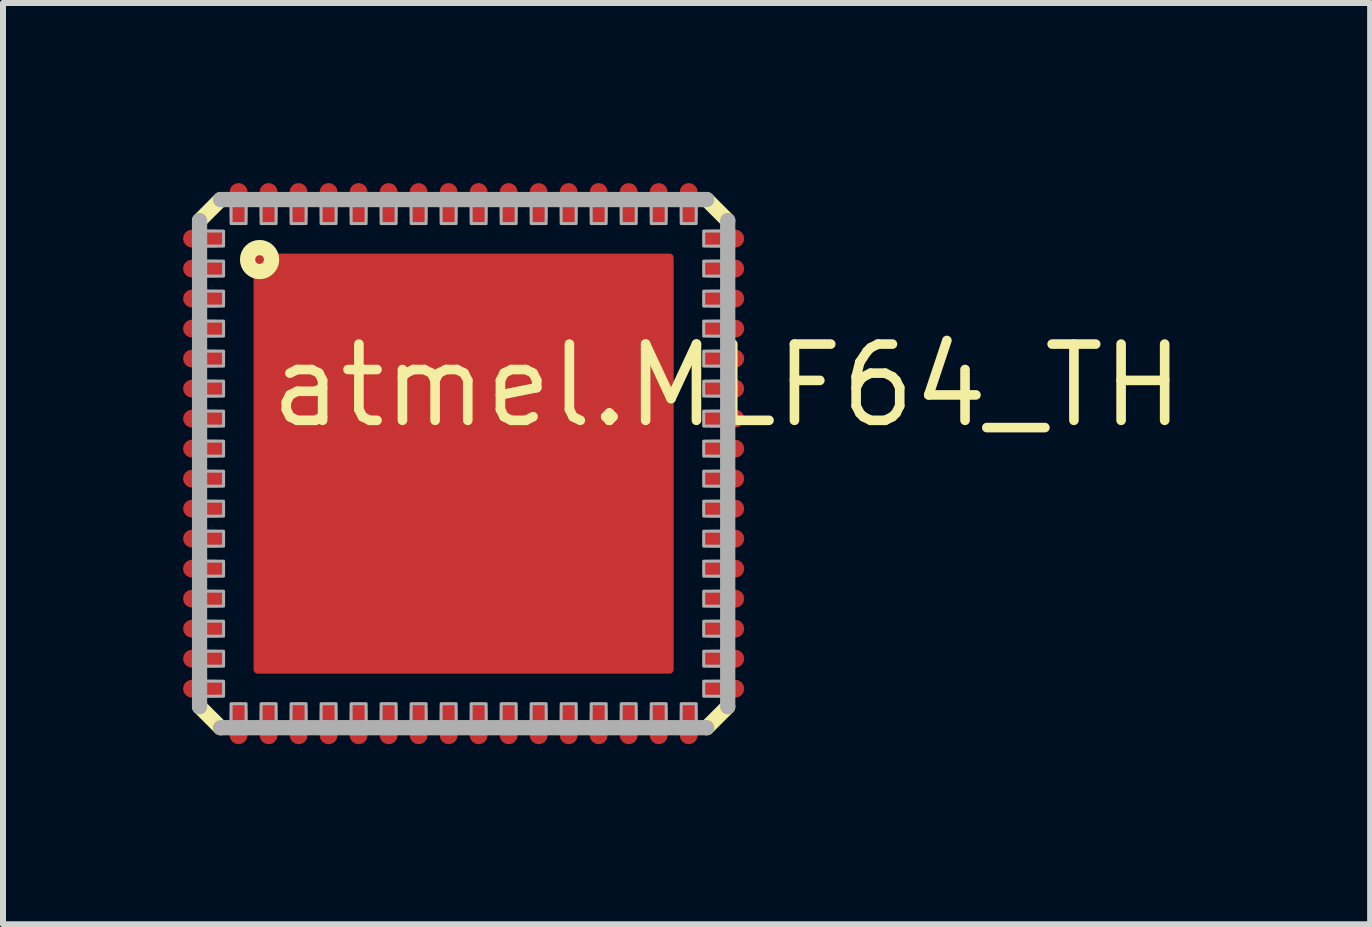
<source format=kicad_pcb>
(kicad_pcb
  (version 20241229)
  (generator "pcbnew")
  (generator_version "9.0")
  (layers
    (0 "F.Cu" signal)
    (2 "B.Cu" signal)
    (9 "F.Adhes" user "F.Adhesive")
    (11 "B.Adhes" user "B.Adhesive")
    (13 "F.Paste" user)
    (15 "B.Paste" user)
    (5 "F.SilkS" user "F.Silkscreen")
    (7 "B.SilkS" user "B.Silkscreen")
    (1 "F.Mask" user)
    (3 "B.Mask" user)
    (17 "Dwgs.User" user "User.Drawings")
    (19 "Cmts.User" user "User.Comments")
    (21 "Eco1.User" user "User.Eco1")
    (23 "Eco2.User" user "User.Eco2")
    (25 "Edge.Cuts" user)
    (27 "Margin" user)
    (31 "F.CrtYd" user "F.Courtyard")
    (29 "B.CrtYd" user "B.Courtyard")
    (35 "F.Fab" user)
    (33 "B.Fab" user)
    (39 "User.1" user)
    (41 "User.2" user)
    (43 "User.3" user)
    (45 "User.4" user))
  (footprint "atmel.MLF64_TH"
    (layer "F.Cu")
    (at 4.675 4.675)
    (property "Reference" "atmel.MLF64_TH" (at -3.302 -0.558 0) (layer "F.SilkS") (effects (font (size 1.27 1.27) (thickness 0.16)) (justify left bottom)))
    (attr smd)
    (fp_line (start -4.4 -4.05) (end -4.05 -4.4) (stroke (width 0.254) (type default)) (layer "F.SilkS"))
    (fp_line (start -4.05 4.4) (end -4.4 4.05) (stroke (width 0.254) (type default)) (layer "F.SilkS"))
    (fp_line (start 4.05 -4.4) (end 4.4 -4.05) (stroke (width 0.254) (type default)) (layer "F.SilkS"))
    (fp_line (start 4.4 4.05) (end 4.05 4.4) (stroke (width 0.254) (type default)) (layer "F.SilkS"))
    (fp_circle (center -3.4 -3.4) (end -3.2 -3.4) (stroke (width 0.254) (type default)) (fill no) (layer "F.SilkS"))
    (fp_line (start -4.4 4.05) (end -4.4 -4.05) (stroke (width 0.254) (type default)) (layer "F.Fab"))
    (fp_line (start -4.05 -4.4) (end 4.05 -4.4) (stroke (width 0.254) (type default)) (layer "F.Fab"))
    (fp_line (start 4.05 4.4) (end -4.05 4.4) (stroke (width 0.254) (type default)) (layer "F.Fab"))
    (fp_line (start 4.4 -4.05) (end 4.4 4.05) (stroke (width 0.254) (type default)) (layer "F.Fab"))
    (fp_rect (start -4.5 -3.625) (end -4 -3.875) (stroke (width 0.05) (type default)) (fill no) (layer "F.Fab"))
    (fp_rect (start -4.5 -3.125) (end -4 -3.375) (stroke (width 0.05) (type default)) (fill no) (layer "F.Fab"))
    (fp_rect (start -4.5 -2.625) (end -4 -2.875) (stroke (width 0.05) (type default)) (fill no) (layer "F.Fab"))
    (fp_rect (start -4.5 -2.125) (end -4 -2.375) (stroke (width 0.05) (type default)) (fill no) (layer "F.Fab"))
    (fp_rect (start -4.5 -1.625) (end -4 -1.875) (stroke (width 0.05) (type default)) (fill no) (layer "F.Fab"))
    (fp_rect (start -4.5 -1.125) (end -4 -1.375) (stroke (width 0.05) (type default)) (fill no) (layer "F.Fab"))
    (fp_rect (start -4.5 -0.625) (end -4 -0.875) (stroke (width 0.05) (type default)) (fill no) (layer "F.Fab"))
    (fp_rect (start -4.5 -0.125) (end -4 -0.375) (stroke (width 0.05) (type default)) (fill no) (layer "F.Fab"))
    (fp_rect (start -4.5 0.375) (end -4 0.125) (stroke (width 0.05) (type default)) (fill no) (layer "F.Fab"))
    (fp_rect (start -4.5 0.875) (end -4 0.625) (stroke (width 0.05) (type default)) (fill no) (layer "F.Fab"))
    (fp_rect (start -4.5 1.375) (end -4 1.125) (stroke (width 0.05) (type default)) (fill no) (layer "F.Fab"))
    (fp_rect (start -4.5 1.875) (end -4 1.625) (stroke (width 0.05) (type default)) (fill no) (layer "F.Fab"))
    (fp_rect (start -4.5 2.375) (end -4 2.125) (stroke (width 0.05) (type default)) (fill no) (layer "F.Fab"))
    (fp_rect (start -4.5 2.875) (end -4 2.625) (stroke (width 0.05) (type default)) (fill no) (layer "F.Fab"))
    (fp_rect (start -4.5 3.375) (end -4 3.125) (stroke (width 0.05) (type default)) (fill no) (layer "F.Fab"))
    (fp_rect (start -4.5 3.875) (end -4 3.625) (stroke (width 0.05) (type default)) (fill no) (layer "F.Fab"))
    (fp_rect (start -3.875 -4) (end -3.625 -4.5) (stroke (width 0.05) (type default)) (fill no) (layer "F.Fab"))
    (fp_rect (start -3.875 4.5) (end -3.625 4) (stroke (width 0.05) (type default)) (fill no) (layer "F.Fab"))
    (fp_rect (start -3.375 -4) (end -3.125 -4.5) (stroke (width 0.05) (type default)) (fill no) (layer "F.Fab"))
    (fp_rect (start -3.375 4.5) (end -3.125 4) (stroke (width 0.05) (type default)) (fill no) (layer "F.Fab"))
    (fp_rect (start -2.875 -4) (end -2.625 -4.5) (stroke (width 0.05) (type default)) (fill no) (layer "F.Fab"))
    (fp_rect (start -2.875 4.5) (end -2.625 4) (stroke (width 0.05) (type default)) (fill no) (layer "F.Fab"))
    (fp_rect (start -2.375 -4) (end -2.125 -4.5) (stroke (width 0.05) (type default)) (fill no) (layer "F.Fab"))
    (fp_rect (start -2.375 4.5) (end -2.125 4) (stroke (width 0.05) (type default)) (fill no) (layer "F.Fab"))
    (fp_rect (start -1.875 -4) (end -1.625 -4.5) (stroke (width 0.05) (type default)) (fill no) (layer "F.Fab"))
    (fp_rect (start -1.875 4.5) (end -1.625 4) (stroke (width 0.05) (type default)) (fill no) (layer "F.Fab"))
    (fp_rect (start -1.375 -4) (end -1.125 -4.5) (stroke (width 0.05) (type default)) (fill no) (layer "F.Fab"))
    (fp_rect (start -1.375 4.5) (end -1.125 4) (stroke (width 0.05) (type default)) (fill no) (layer "F.Fab"))
    (fp_rect (start -0.875 -4) (end -0.625 -4.5) (stroke (width 0.05) (type default)) (fill no) (layer "F.Fab"))
    (fp_rect (start -0.875 4.5) (end -0.625 4) (stroke (width 0.05) (type default)) (fill no) (layer "F.Fab"))
    (fp_rect (start -0.375 -4) (end -0.125 -4.5) (stroke (width 0.05) (type default)) (fill no) (layer "F.Fab"))
    (fp_rect (start -0.375 4.5) (end -0.125 4) (stroke (width 0.05) (type default)) (fill no) (layer "F.Fab"))
    (fp_rect (start 0.125 -4) (end 0.375 -4.5) (stroke (width 0.05) (type default)) (fill no) (layer "F.Fab"))
    (fp_rect (start 0.125 4.5) (end 0.375 4) (stroke (width 0.05) (type default)) (fill no) (layer "F.Fab"))
    (fp_rect (start 0.625 -4) (end 0.875 -4.5) (stroke (width 0.05) (type default)) (fill no) (layer "F.Fab"))
    (fp_rect (start 0.625 4.5) (end 0.875 4) (stroke (width 0.05) (type default)) (fill no) (layer "F.Fab"))
    (fp_rect (start 1.125 -4) (end 1.375 -4.5) (stroke (width 0.05) (type default)) (fill no) (layer "F.Fab"))
    (fp_rect (start 1.125 4.5) (end 1.375 4) (stroke (width 0.05) (type default)) (fill no) (layer "F.Fab"))
    (fp_rect (start 1.625 -4) (end 1.875 -4.5) (stroke (width 0.05) (type default)) (fill no) (layer "F.Fab"))
    (fp_rect (start 1.625 4.5) (end 1.875 4) (stroke (width 0.05) (type default)) (fill no) (layer "F.Fab"))
    (fp_rect (start 2.125 -4) (end 2.375 -4.5) (stroke (width 0.05) (type default)) (fill no) (layer "F.Fab"))
    (fp_rect (start 2.125 4.5) (end 2.375 4) (stroke (width 0.05) (type default)) (fill no) (layer "F.Fab"))
    (fp_rect (start 2.625 -4) (end 2.875 -4.5) (stroke (width 0.05) (type default)) (fill no) (layer "F.Fab"))
    (fp_rect (start 2.625 4.5) (end 2.875 4) (stroke (width 0.05) (type default)) (fill no) (layer "F.Fab"))
    (fp_rect (start 3.125 -4) (end 3.375 -4.5) (stroke (width 0.05) (type default)) (fill no) (layer "F.Fab"))
    (fp_rect (start 3.125 4.5) (end 3.375 4) (stroke (width 0.05) (type default)) (fill no) (layer "F.Fab"))
    (fp_rect (start 3.625 -4) (end 3.875 -4.5) (stroke (width 0.05) (type default)) (fill no) (layer "F.Fab"))
    (fp_rect (start 3.625 4.5) (end 3.875 4) (stroke (width 0.05) (type default)) (fill no) (layer "F.Fab"))
    (fp_rect (start 4 -3.625) (end 4.5 -3.875) (stroke (width 0.05) (type default)) (fill no) (layer "F.Fab"))
    (fp_rect (start 4 -3.125) (end 4.5 -3.375) (stroke (width 0.05) (type default)) (fill no) (layer "F.Fab"))
    (fp_rect (start 4 -2.625) (end 4.5 -2.875) (stroke (width 0.05) (type default)) (fill no) (layer "F.Fab"))
    (fp_rect (start 4 -2.125) (end 4.5 -2.375) (stroke (width 0.05) (type default)) (fill no) (layer "F.Fab"))
    (fp_rect (start 4 -1.625) (end 4.5 -1.875) (stroke (width 0.05) (type default)) (fill no) (layer "F.Fab"))
    (fp_rect (start 4 -1.125) (end 4.5 -1.375) (stroke (width 0.05) (type default)) (fill no) (layer "F.Fab"))
    (fp_rect (start 4 -0.625) (end 4.5 -0.875) (stroke (width 0.05) (type default)) (fill no) (layer "F.Fab"))
    (fp_rect (start 4 -0.125) (end 4.5 -0.375) (stroke (width 0.05) (type default)) (fill no) (layer "F.Fab"))
    (fp_rect (start 4 0.375) (end 4.5 0.125) (stroke (width 0.05) (type default)) (fill no) (layer "F.Fab"))
    (fp_rect (start 4 0.875) (end 4.5 0.625) (stroke (width 0.05) (type default)) (fill no) (layer "F.Fab"))
    (fp_rect (start 4 1.375) (end 4.5 1.125) (stroke (width 0.05) (type default)) (fill no) (layer "F.Fab"))
    (fp_rect (start 4 1.875) (end 4.5 1.625) (stroke (width 0.05) (type default)) (fill no) (layer "F.Fab"))
    (fp_rect (start 4 2.375) (end 4.5 2.125) (stroke (width 0.05) (type default)) (fill no) (layer "F.Fab"))
    (fp_rect (start 4 2.875) (end 4.5 2.625) (stroke (width 0.05) (type default)) (fill no) (layer "F.Fab"))
    (fp_rect (start 4 3.375) (end 4.5 3.125) (stroke (width 0.05) (type default)) (fill no) (layer "F.Fab"))
    (fp_rect (start 4 3.875) (end 4.5 3.625) (stroke (width 0.05) (type default)) (fill no) (layer "F.Fab"))
    (pad "1" smd roundrect (at -4.325 -3.75) (size 0.7 0.3) (layers "F.Cu" "F.Mask" "F.Paste") (roundrect_rratio 0.5))
    (pad "2" smd roundrect (at -4.325 -3.25) (size 0.7 0.3) (layers "F.Cu" "F.Mask" "F.Paste") (roundrect_rratio 0.5))
    (pad "3" smd roundrect (at -4.325 -2.75) (size 0.7 0.3) (layers "F.Cu" "F.Mask" "F.Paste") (roundrect_rratio 0.5))
    (pad "4" smd roundrect (at -4.325 -2.25) (size 0.7 0.3) (layers "F.Cu" "F.Mask" "F.Paste") (roundrect_rratio 0.5))
    (pad "5" smd roundrect (at -4.325 -1.75) (size 0.7 0.3) (layers "F.Cu" "F.Mask" "F.Paste") (roundrect_rratio 0.5))
    (pad "6" smd roundrect (at -4.325 -1.25) (size 0.7 0.3) (layers "F.Cu" "F.Mask" "F.Paste") (roundrect_rratio 0.5))
    (pad "7" smd roundrect (at -4.325 -0.75) (size 0.7 0.3) (layers "F.Cu" "F.Mask" "F.Paste") (roundrect_rratio 0.5))
    (pad "8" smd roundrect (at -4.325 -0.25) (size 0.7 0.3) (layers "F.Cu" "F.Mask" "F.Paste") (roundrect_rratio 0.5))
    (pad "9" smd roundrect (at -4.325 0.25) (size 0.7 0.3) (layers "F.Cu" "F.Mask" "F.Paste") (roundrect_rratio 0.5))
    (pad "10" smd roundrect (at -4.325 0.75) (size 0.7 0.3) (layers "F.Cu" "F.Mask" "F.Paste") (roundrect_rratio 0.5))
    (pad "11" smd roundrect (at -4.325 1.25) (size 0.7 0.3) (layers "F.Cu" "F.Mask" "F.Paste") (roundrect_rratio 0.5))
    (pad "12" smd roundrect (at -4.325 1.75) (size 0.7 0.3) (layers "F.Cu" "F.Mask" "F.Paste") (roundrect_rratio 0.5))
    (pad "13" smd roundrect (at -4.325 2.25) (size 0.7 0.3) (layers "F.Cu" "F.Mask" "F.Paste") (roundrect_rratio 0.5))
    (pad "14" smd roundrect (at -4.325 2.75) (size 0.7 0.3) (layers "F.Cu" "F.Mask" "F.Paste") (roundrect_rratio 0.5))
    (pad "15" smd roundrect (at -4.325 3.25) (size 0.7 0.3) (layers "F.Cu" "F.Mask" "F.Paste") (roundrect_rratio 0.5))
    (pad "16" smd roundrect (at -4.325 3.75) (size 0.7 0.3) (layers "F.Cu" "F.Mask" "F.Paste") (roundrect_rratio 0.5))
    (pad "17" smd roundrect (at -3.75 4.325) (size 0.3 0.7) (layers "F.Cu" "F.Mask" "F.Paste") (roundrect_rratio 0.5))
    (pad "18" smd roundrect (at -3.25 4.325) (size 0.3 0.7) (layers "F.Cu" "F.Mask" "F.Paste") (roundrect_rratio 0.5))
    (pad "19" smd roundrect (at -2.75 4.325) (size 0.3 0.7) (layers "F.Cu" "F.Mask" "F.Paste") (roundrect_rratio 0.5))
    (pad "20" smd roundrect (at -2.25 4.325) (size 0.3 0.7) (layers "F.Cu" "F.Mask" "F.Paste") (roundrect_rratio 0.5))
    (pad "21" smd roundrect (at -1.75 4.325) (size 0.3 0.7) (layers "F.Cu" "F.Mask" "F.Paste") (roundrect_rratio 0.5))
    (pad "22" smd roundrect (at -1.25 4.325) (size 0.3 0.7) (layers "F.Cu" "F.Mask" "F.Paste") (roundrect_rratio 0.5))
    (pad "23" smd roundrect (at -0.75 4.325) (size 0.3 0.7) (layers "F.Cu" "F.Mask" "F.Paste") (roundrect_rratio 0.5))
    (pad "24" smd roundrect (at -0.25 4.325) (size 0.3 0.7) (layers "F.Cu" "F.Mask" "F.Paste") (roundrect_rratio 0.5))
    (pad "25" smd roundrect (at 0.25 4.325) (size 0.3 0.7) (layers "F.Cu" "F.Mask" "F.Paste") (roundrect_rratio 0.5))
    (pad "26" smd roundrect (at 0.75 4.325) (size 0.3 0.7) (layers "F.Cu" "F.Mask" "F.Paste") (roundrect_rratio 0.5))
    (pad "27" smd roundrect (at 1.25 4.325) (size 0.3 0.7) (layers "F.Cu" "F.Mask" "F.Paste") (roundrect_rratio 0.5))
    (pad "28" smd roundrect (at 1.75 4.325) (size 0.3 0.7) (layers "F.Cu" "F.Mask" "F.Paste") (roundrect_rratio 0.5))
    (pad "29" smd roundrect (at 2.25 4.325) (size 0.3 0.7) (layers "F.Cu" "F.Mask" "F.Paste") (roundrect_rratio 0.5))
    (pad "30" smd roundrect (at 2.75 4.325) (size 0.3 0.7) (layers "F.Cu" "F.Mask" "F.Paste") (roundrect_rratio 0.5))
    (pad "31" smd roundrect (at 3.25 4.325) (size 0.3 0.7) (layers "F.Cu" "F.Mask" "F.Paste") (roundrect_rratio 0.5))
    (pad "32" smd roundrect (at 3.75 4.325) (size 0.3 0.7) (layers "F.Cu" "F.Mask" "F.Paste") (roundrect_rratio 0.5))
    (pad "33" smd roundrect (at 4.325 3.75) (size 0.7 0.3) (layers "F.Cu" "F.Mask" "F.Paste") (roundrect_rratio 0.5))
    (pad "34" smd roundrect (at 4.325 3.25) (size 0.7 0.3) (layers "F.Cu" "F.Mask" "F.Paste") (roundrect_rratio 0.5))
    (pad "35" smd roundrect (at 4.325 2.75) (size 0.7 0.3) (layers "F.Cu" "F.Mask" "F.Paste") (roundrect_rratio 0.5))
    (pad "36" smd roundrect (at 4.325 2.25) (size 0.7 0.3) (layers "F.Cu" "F.Mask" "F.Paste") (roundrect_rratio 0.5))
    (pad "37" smd roundrect (at 4.325 1.75) (size 0.7 0.3) (layers "F.Cu" "F.Mask" "F.Paste") (roundrect_rratio 0.5))
    (pad "38" smd roundrect (at 4.325 1.25) (size 0.7 0.3) (layers "F.Cu" "F.Mask" "F.Paste") (roundrect_rratio 0.5))
    (pad "39" smd roundrect (at 4.325 0.75) (size 0.7 0.3) (layers "F.Cu" "F.Mask" "F.Paste") (roundrect_rratio 0.5))
    (pad "40" smd roundrect (at 4.325 0.25) (size 0.7 0.3) (layers "F.Cu" "F.Mask" "F.Paste") (roundrect_rratio 0.5))
    (pad "41" smd roundrect (at 4.325 -0.25) (size 0.7 0.3) (layers "F.Cu" "F.Mask" "F.Paste") (roundrect_rratio 0.5))
    (pad "42" smd roundrect (at 4.325 -0.75) (size 0.7 0.3) (layers "F.Cu" "F.Mask" "F.Paste") (roundrect_rratio 0.5))
    (pad "43" smd roundrect (at 4.325 -1.25) (size 0.7 0.3) (layers "F.Cu" "F.Mask" "F.Paste") (roundrect_rratio 0.5))
    (pad "44" smd roundrect (at 4.325 -1.75) (size 0.7 0.3) (layers "F.Cu" "F.Mask" "F.Paste") (roundrect_rratio 0.5))
    (pad "45" smd roundrect (at 4.325 -2.25) (size 0.7 0.3) (layers "F.Cu" "F.Mask" "F.Paste") (roundrect_rratio 0.5))
    (pad "46" smd roundrect (at 4.325 -2.75) (size 0.7 0.3) (layers "F.Cu" "F.Mask" "F.Paste") (roundrect_rratio 0.5))
    (pad "47" smd roundrect (at 4.325 -3.25) (size 0.7 0.3) (layers "F.Cu" "F.Mask" "F.Paste") (roundrect_rratio 0.5))
    (pad "48" smd roundrect (at 4.325 -3.75) (size 0.7 0.3) (layers "F.Cu" "F.Mask" "F.Paste") (roundrect_rratio 0.5))
    (pad "49" smd roundrect (at 3.75 -4.325) (size 0.3 0.7) (layers "F.Cu" "F.Mask" "F.Paste") (roundrect_rratio 0.5))
    (pad "50" smd roundrect (at 3.25 -4.325) (size 0.3 0.7) (layers "F.Cu" "F.Mask" "F.Paste") (roundrect_rratio 0.5))
    (pad "51" smd roundrect (at 2.75 -4.325) (size 0.3 0.7) (layers "F.Cu" "F.Mask" "F.Paste") (roundrect_rratio 0.5))
    (pad "52" smd roundrect (at 2.25 -4.325) (size 0.3 0.7) (layers "F.Cu" "F.Mask" "F.Paste") (roundrect_rratio 0.5))
    (pad "53" smd roundrect (at 1.75 -4.325) (size 0.3 0.7) (layers "F.Cu" "F.Mask" "F.Paste") (roundrect_rratio 0.5))
    (pad "54" smd roundrect (at 1.25 -4.325) (size 0.3 0.7) (layers "F.Cu" "F.Mask" "F.Paste") (roundrect_rratio 0.5))
    (pad "55" smd roundrect (at 0.75 -4.325) (size 0.3 0.7) (layers "F.Cu" "F.Mask" "F.Paste") (roundrect_rratio 0.5))
    (pad "56" smd roundrect (at 0.25 -4.325) (size 0.3 0.7) (layers "F.Cu" "F.Mask" "F.Paste") (roundrect_rratio 0.5))
    (pad "57" smd roundrect (at -0.25 -4.325) (size 0.3 0.7) (layers "F.Cu" "F.Mask" "F.Paste") (roundrect_rratio 0.5))
    (pad "58" smd roundrect (at -0.75 -4.325) (size 0.3 0.7) (layers "F.Cu" "F.Mask" "F.Paste") (roundrect_rratio 0.5))
    (pad "59" smd roundrect (at -1.25 -4.325) (size 0.3 0.7) (layers "F.Cu" "F.Mask" "F.Paste") (roundrect_rratio 0.5))
    (pad "60" smd roundrect (at -1.75 -4.325) (size 0.3 0.7) (layers "F.Cu" "F.Mask" "F.Paste") (roundrect_rratio 0.5))
    (pad "61" smd roundrect (at -2.25 -4.325) (size 0.3 0.7) (layers "F.Cu" "F.Mask" "F.Paste") (roundrect_rratio 0.5))
    (pad "62" smd roundrect (at -2.75 -4.325) (size 0.3 0.7) (layers "F.Cu" "F.Mask" "F.Paste") (roundrect_rratio 0.5))
    (pad "63" smd roundrect (at -3.25 -4.325) (size 0.3 0.7) (layers "F.Cu" "F.Mask" "F.Paste") (roundrect_rratio 0.5))
    (pad "64" smd roundrect (at -3.75 -4.325) (size 0.3 0.7) (layers "F.Cu" "F.Mask" "F.Paste") (roundrect_rratio 0.5))
    (pad "TH" smd roundrect (at 0 0) (size 7 7) (layers "F.Cu" "F.Mask" "F.Paste") (roundrect_rratio 0.01)))
  (gr_rect
    (start -3 -3)
    (end 19.779 12.35)
    (stroke (width 0.1) (type default))
    (fill no)
    (layer "Edge.Cuts")))
</source>
